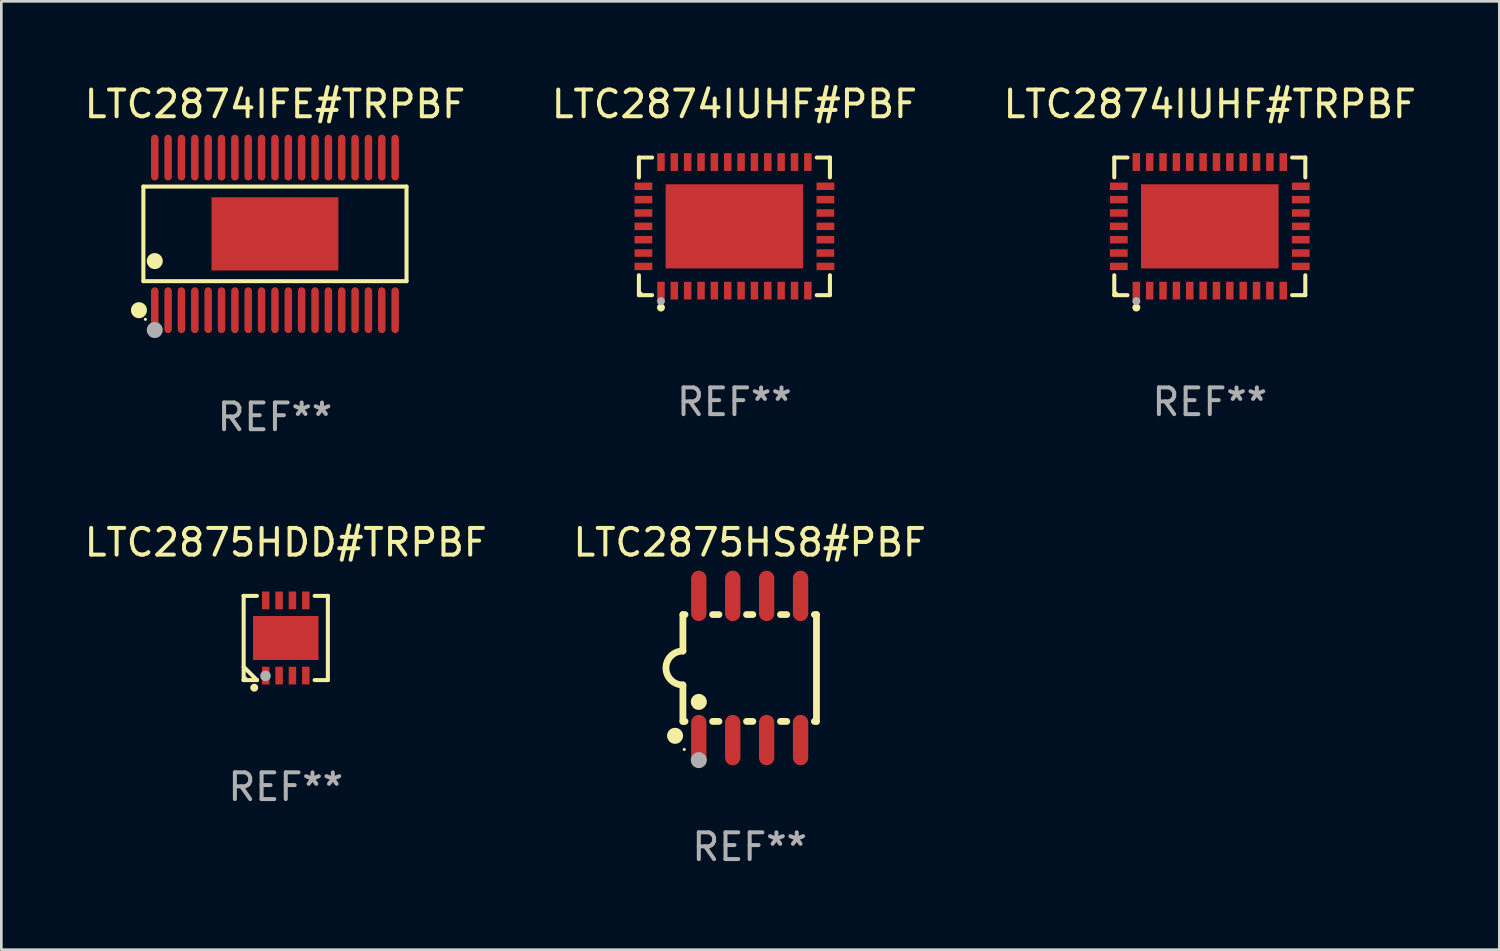
<source format=kicad_pcb>
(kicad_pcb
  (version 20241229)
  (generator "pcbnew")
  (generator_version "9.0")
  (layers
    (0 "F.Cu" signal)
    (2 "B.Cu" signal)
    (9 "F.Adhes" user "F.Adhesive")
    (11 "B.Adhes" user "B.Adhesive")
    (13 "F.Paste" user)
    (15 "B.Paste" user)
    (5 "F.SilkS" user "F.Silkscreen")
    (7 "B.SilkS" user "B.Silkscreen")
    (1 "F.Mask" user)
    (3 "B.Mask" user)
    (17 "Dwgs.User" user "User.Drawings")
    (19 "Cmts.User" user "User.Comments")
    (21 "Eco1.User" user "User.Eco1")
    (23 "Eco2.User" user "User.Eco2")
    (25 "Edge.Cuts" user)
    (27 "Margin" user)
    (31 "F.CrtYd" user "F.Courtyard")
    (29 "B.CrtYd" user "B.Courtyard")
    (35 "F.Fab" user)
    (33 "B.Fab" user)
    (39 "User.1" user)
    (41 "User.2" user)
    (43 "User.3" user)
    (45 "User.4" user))
  (footprint "LTC2874IUHF#TRPBF"
    (layer "F.Cu")
    (at 42.244 5.424)
    (property "Reference" "LTC2874IUHF#TRPBF" (at 0 -4.576 0) (layer "F.SilkS") (effects (font (size 1 1) (thickness 0.15))))
    (attr through_hole)
    (fp_line (start -3.576 -2.576) (end -3.081 -2.576) (stroke (width 0.152) (type solid)) (layer "F.SilkS"))
    (fp_line (start -3.576 -1.831) (end -3.576 -2.576) (stroke (width 0.152) (type solid)) (layer "F.SilkS"))
    (fp_line (start -3.576 1.831) (end -3.576 2.576) (stroke (width 0.152) (type solid)) (layer "F.SilkS"))
    (fp_line (start -3.576 2.576) (end -3.081 2.576) (stroke (width 0.152) (type solid)) (layer "F.SilkS"))
    (fp_line (start 3.576 -2.576) (end 3.081 -2.576) (stroke (width 0.152) (type solid)) (layer "F.SilkS"))
    (fp_line (start 3.576 -1.831) (end 3.576 -2.576) (stroke (width 0.152) (type solid)) (layer "F.SilkS"))
    (fp_line (start 3.576 1.831) (end 3.576 2.576) (stroke (width 0.152) (type solid)) (layer "F.SilkS"))
    (fp_line (start 3.576 2.576) (end 3.081 2.576) (stroke (width 0.152) (type solid)) (layer "F.SilkS"))
    (fp_circle (center -3.5 2.5) (end -3.47 2.5) (stroke (width 0.06) (type solid)) (fill no) (layer "F.SilkS"))
    (fp_circle (center -2.75 3.04) (end -2.675 3.04) (stroke (width 0.15) (type solid)) (fill no) (layer "F.SilkS"))
    (fp_circle (center -2.75 2.8) (end -2.675 2.8) (stroke (width 0.15) (type solid)) (fill no) (layer "F.Fab"))
    (fp_text user "REF**" (at 0 6.576 0) (layer "F.Fab") (effects (font (size 1 1) (thickness 0.15))))
    (pad "1" smd rect (at -2.75 2.407) (size 0.28 0.665) (layers "F.Cu" "F.Mask" "F.Paste"))
    (pad "2" smd rect (at -2.25 2.407) (size 0.28 0.665) (layers "F.Cu" "F.Mask" "F.Paste"))
    (pad "3" smd rect (at -1.75 2.407) (size 0.28 0.665) (layers "F.Cu" "F.Mask" "F.Paste"))
    (pad "4" smd rect (at -1.25 2.407) (size 0.28 0.665) (layers "F.Cu" "F.Mask" "F.Paste"))
    (pad "5" smd rect (at -0.75 2.407) (size 0.28 0.665) (layers "F.Cu" "F.Mask" "F.Paste"))
    (pad "6" smd rect (at -0.25 2.407) (size 0.28 0.665) (layers "F.Cu" "F.Mask" "F.Paste"))
    (pad "7" smd rect (at 0.25 2.407) (size 0.28 0.665) (layers "F.Cu" "F.Mask" "F.Paste"))
    (pad "8" smd rect (at 0.75 2.407) (size 0.28 0.665) (layers "F.Cu" "F.Mask" "F.Paste"))
    (pad "9" smd rect (at 1.25 2.407) (size 0.28 0.665) (layers "F.Cu" "F.Mask" "F.Paste"))
    (pad "10" smd rect (at 1.75 2.407) (size 0.28 0.665) (layers "F.Cu" "F.Mask" "F.Paste"))
    (pad "11" smd rect (at 2.25 2.407) (size 0.28 0.665) (layers "F.Cu" "F.Mask" "F.Paste"))
    (pad "12" smd rect (at 2.75 2.407) (size 0.28 0.665) (layers "F.Cu" "F.Mask" "F.Paste"))
    (pad "13" smd rect (at 3.407 1.5) (size 0.665 0.28) (layers "F.Cu" "F.Mask" "F.Paste"))
    (pad "14" smd rect (at 3.407 1) (size 0.665 0.28) (layers "F.Cu" "F.Mask" "F.Paste"))
    (pad "15" smd rect (at 3.407 0.5) (size 0.665 0.28) (layers "F.Cu" "F.Mask" "F.Paste"))
    (pad "16" smd rect (at 3.407 0) (size 0.665 0.28) (layers "F.Cu" "F.Mask" "F.Paste"))
    (pad "17" smd rect (at 3.407 -0.5) (size 0.665 0.28) (layers "F.Cu" "F.Mask" "F.Paste"))
    (pad "18" smd rect (at 3.407 -1) (size 0.665 0.28) (layers "F.Cu" "F.Mask" "F.Paste"))
    (pad "19" smd rect (at 3.407 -1.5) (size 0.665 0.28) (layers "F.Cu" "F.Mask" "F.Paste"))
    (pad "20" smd rect (at 2.75 -2.407) (size 0.28 0.665) (layers "F.Cu" "F.Mask" "F.Paste"))
    (pad "21" smd rect (at 2.25 -2.407) (size 0.28 0.665) (layers "F.Cu" "F.Mask" "F.Paste"))
    (pad "22" smd rect (at 1.75 -2.407) (size 0.28 0.665) (layers "F.Cu" "F.Mask" "F.Paste"))
    (pad "23" smd rect (at 1.25 -2.407) (size 0.28 0.665) (layers "F.Cu" "F.Mask" "F.Paste"))
    (pad "24" smd rect (at 0.75 -2.407) (size 0.28 0.665) (layers "F.Cu" "F.Mask" "F.Paste"))
    (pad "25" smd rect (at 0.25 -2.407) (size 0.28 0.665) (layers "F.Cu" "F.Mask" "F.Paste"))
    (pad "26" smd rect (at -0.25 -2.407) (size 0.28 0.665) (layers "F.Cu" "F.Mask" "F.Paste"))
    (pad "27" smd rect (at -0.75 -2.407) (size 0.28 0.665) (layers "F.Cu" "F.Mask" "F.Paste"))
    (pad "28" smd rect (at -1.25 -2.407) (size 0.28 0.665) (layers "F.Cu" "F.Mask" "F.Paste"))
    (pad "29" smd rect (at -1.75 -2.407) (size 0.28 0.665) (layers "F.Cu" "F.Mask" "F.Paste"))
    (pad "30" smd rect (at -2.25 -2.407) (size 0.28 0.665) (layers "F.Cu" "F.Mask" "F.Paste"))
    (pad "31" smd rect (at -2.75 -2.407) (size 0.28 0.665) (layers "F.Cu" "F.Mask" "F.Paste"))
    (pad "32" smd rect (at -3.407 -1.5) (size 0.665 0.28) (layers "F.Cu" "F.Mask" "F.Paste"))
    (pad "33" smd rect (at -3.407 -1) (size 0.665 0.28) (layers "F.Cu" "F.Mask" "F.Paste"))
    (pad "34" smd rect (at -3.407 -0.5) (size 0.665 0.28) (layers "F.Cu" "F.Mask" "F.Paste"))
    (pad "35" smd rect (at -3.407 0) (size 0.665 0.28) (layers "F.Cu" "F.Mask" "F.Paste"))
    (pad "36" smd rect (at -3.407 0.5) (size 0.665 0.28) (layers "F.Cu" "F.Mask" "F.Paste"))
    (pad "37" smd rect (at -3.407 1) (size 0.665 0.28) (layers "F.Cu" "F.Mask" "F.Paste"))
    (pad "38" smd rect (at -3.407 1.5) (size 0.665 0.28) (layers "F.Cu" "F.Mask" "F.Paste"))
    (pad "39" smd rect (at 0 0) (size 5.15 3.15) (layers "F.Cu" "F.Mask" "F.Paste")))
  (footprint "LTC2874IUHF#PBF"
    (layer "F.Cu")
    (at 24.446 5.424)
    (property "Reference" "LTC2874IUHF#PBF" (at 0 -4.576 0) (layer "F.SilkS") (effects (font (size 1 1) (thickness 0.15))))
    (attr through_hole)
    (fp_line (start -3.576 -2.576) (end -3.081 -2.576) (stroke (width 0.152) (type solid)) (layer "F.SilkS"))
    (fp_line (start -3.576 -1.831) (end -3.576 -2.576) (stroke (width 0.152) (type solid)) (layer "F.SilkS"))
    (fp_line (start -3.576 1.831) (end -3.576 2.576) (stroke (width 0.152) (type solid)) (layer "F.SilkS"))
    (fp_line (start -3.576 2.576) (end -3.081 2.576) (stroke (width 0.152) (type solid)) (layer "F.SilkS"))
    (fp_line (start 3.576 -2.576) (end 3.081 -2.576) (stroke (width 0.152) (type solid)) (layer "F.SilkS"))
    (fp_line (start 3.576 -1.831) (end 3.576 -2.576) (stroke (width 0.152) (type solid)) (layer "F.SilkS"))
    (fp_line (start 3.576 1.831) (end 3.576 2.576) (stroke (width 0.152) (type solid)) (layer "F.SilkS"))
    (fp_line (start 3.576 2.576) (end 3.081 2.576) (stroke (width 0.152) (type solid)) (layer "F.SilkS"))
    (fp_circle (center -3.5 2.5) (end -3.47 2.5) (stroke (width 0.06) (type solid)) (fill no) (layer "F.SilkS"))
    (fp_circle (center -2.75 3.04) (end -2.675 3.04) (stroke (width 0.15) (type solid)) (fill no) (layer "F.SilkS"))
    (fp_circle (center -2.75 2.8) (end -2.675 2.8) (stroke (width 0.15) (type solid)) (fill no) (layer "F.Fab"))
    (fp_text user "REF**" (at 0 6.576 0) (layer "F.Fab") (effects (font (size 1 1) (thickness 0.15))))
    (pad "1" smd rect (at -2.75 2.407) (size 0.28 0.665) (layers "F.Cu" "F.Mask" "F.Paste"))
    (pad "2" smd rect (at -2.25 2.407) (size 0.28 0.665) (layers "F.Cu" "F.Mask" "F.Paste"))
    (pad "3" smd rect (at -1.75 2.407) (size 0.28 0.665) (layers "F.Cu" "F.Mask" "F.Paste"))
    (pad "4" smd rect (at -1.25 2.407) (size 0.28 0.665) (layers "F.Cu" "F.Mask" "F.Paste"))
    (pad "5" smd rect (at -0.75 2.407) (size 0.28 0.665) (layers "F.Cu" "F.Mask" "F.Paste"))
    (pad "6" smd rect (at -0.25 2.407) (size 0.28 0.665) (layers "F.Cu" "F.Mask" "F.Paste"))
    (pad "7" smd rect (at 0.25 2.407) (size 0.28 0.665) (layers "F.Cu" "F.Mask" "F.Paste"))
    (pad "8" smd rect (at 0.75 2.407) (size 0.28 0.665) (layers "F.Cu" "F.Mask" "F.Paste"))
    (pad "9" smd rect (at 1.25 2.407) (size 0.28 0.665) (layers "F.Cu" "F.Mask" "F.Paste"))
    (pad "10" smd rect (at 1.75 2.407) (size 0.28 0.665) (layers "F.Cu" "F.Mask" "F.Paste"))
    (pad "11" smd rect (at 2.25 2.407) (size 0.28 0.665) (layers "F.Cu" "F.Mask" "F.Paste"))
    (pad "12" smd rect (at 2.75 2.407) (size 0.28 0.665) (layers "F.Cu" "F.Mask" "F.Paste"))
    (pad "13" smd rect (at 3.407 1.5) (size 0.665 0.28) (layers "F.Cu" "F.Mask" "F.Paste"))
    (pad "14" smd rect (at 3.407 1) (size 0.665 0.28) (layers "F.Cu" "F.Mask" "F.Paste"))
    (pad "15" smd rect (at 3.407 0.5) (size 0.665 0.28) (layers "F.Cu" "F.Mask" "F.Paste"))
    (pad "16" smd rect (at 3.407 0) (size 0.665 0.28) (layers "F.Cu" "F.Mask" "F.Paste"))
    (pad "17" smd rect (at 3.407 -0.5) (size 0.665 0.28) (layers "F.Cu" "F.Mask" "F.Paste"))
    (pad "18" smd rect (at 3.407 -1) (size 0.665 0.28) (layers "F.Cu" "F.Mask" "F.Paste"))
    (pad "19" smd rect (at 3.407 -1.5) (size 0.665 0.28) (layers "F.Cu" "F.Mask" "F.Paste"))
    (pad "20" smd rect (at 2.75 -2.407) (size 0.28 0.665) (layers "F.Cu" "F.Mask" "F.Paste"))
    (pad "21" smd rect (at 2.25 -2.407) (size 0.28 0.665) (layers "F.Cu" "F.Mask" "F.Paste"))
    (pad "22" smd rect (at 1.75 -2.407) (size 0.28 0.665) (layers "F.Cu" "F.Mask" "F.Paste"))
    (pad "23" smd rect (at 1.25 -2.407) (size 0.28 0.665) (layers "F.Cu" "F.Mask" "F.Paste"))
    (pad "24" smd rect (at 0.75 -2.407) (size 0.28 0.665) (layers "F.Cu" "F.Mask" "F.Paste"))
    (pad "25" smd rect (at 0.25 -2.407) (size 0.28 0.665) (layers "F.Cu" "F.Mask" "F.Paste"))
    (pad "26" smd rect (at -0.25 -2.407) (size 0.28 0.665) (layers "F.Cu" "F.Mask" "F.Paste"))
    (pad "27" smd rect (at -0.75 -2.407) (size 0.28 0.665) (layers "F.Cu" "F.Mask" "F.Paste"))
    (pad "28" smd rect (at -1.25 -2.407) (size 0.28 0.665) (layers "F.Cu" "F.Mask" "F.Paste"))
    (pad "29" smd rect (at -1.75 -2.407) (size 0.28 0.665) (layers "F.Cu" "F.Mask" "F.Paste"))
    (pad "30" smd rect (at -2.25 -2.407) (size 0.28 0.665) (layers "F.Cu" "F.Mask" "F.Paste"))
    (pad "31" smd rect (at -2.75 -2.407) (size 0.28 0.665) (layers "F.Cu" "F.Mask" "F.Paste"))
    (pad "32" smd rect (at -3.407 -1.5) (size 0.665 0.28) (layers "F.Cu" "F.Mask" "F.Paste"))
    (pad "33" smd rect (at -3.407 -1) (size 0.665 0.28) (layers "F.Cu" "F.Mask" "F.Paste"))
    (pad "34" smd rect (at -3.407 -0.5) (size 0.665 0.28) (layers "F.Cu" "F.Mask" "F.Paste"))
    (pad "35" smd rect (at -3.407 0) (size 0.665 0.28) (layers "F.Cu" "F.Mask" "F.Paste"))
    (pad "36" smd rect (at -3.407 0.5) (size 0.665 0.28) (layers "F.Cu" "F.Mask" "F.Paste"))
    (pad "37" smd rect (at -3.407 1) (size 0.665 0.28) (layers "F.Cu" "F.Mask" "F.Paste"))
    (pad "38" smd rect (at -3.407 1.5) (size 0.665 0.28) (layers "F.Cu" "F.Mask" "F.Paste"))
    (pad "39" smd rect (at 0 0) (size 5.15 3.15) (layers "F.Cu" "F.Mask" "F.Paste")))
  (footprint "LTC2874IFE#TRPBF"
    (layer "F.Cu")
    (at 7.244 5.706)
    (property "Reference" "LTC2874IFE#TRPBF" (at 0 -4.858 0) (layer "F.SilkS") (effects (font (size 1 1) (thickness 0.15))))
    (attr through_hole)
    (fp_line (start -4.926 -1.771) (end 4.926 -1.771) (stroke (width 0.152) (type solid)) (layer "F.SilkS"))
    (fp_line (start -4.926 1.771) (end -4.926 -1.771) (stroke (width 0.152) (type solid)) (layer "F.SilkS"))
    (fp_line (start 4.926 -1.771) (end 4.926 1.771) (stroke (width 0.152) (type solid)) (layer "F.SilkS"))
    (fp_line (start 4.926 1.771) (end -4.926 1.771) (stroke (width 0.152) (type solid)) (layer "F.SilkS"))
    (fp_circle (center -5.092 2.858) (end -4.942 2.858) (stroke (width 0.3) (type solid)) (fill no) (layer "F.SilkS"))
    (fp_circle (center -4.85 3.2) (end -4.82 3.2) (stroke (width 0.06) (type solid)) (fill no) (layer "F.SilkS"))
    (fp_circle (center -4.5 1.019) (end -4.35 1.019) (stroke (width 0.3) (type solid)) (fill no) (layer "F.SilkS"))
    (fp_circle (center -4.5 3.6) (end -4.35 3.6) (stroke (width 0.3) (type solid)) (fill no) (layer "F.Fab"))
    (fp_text user "REF**" (at 0 6.858 0) (layer "F.Fab") (effects (font (size 1 1) (thickness 0.15))))
    (pad "1" smd oval (at -4.5 2.858) (size 0.28 1.715) (layers "F.Cu" "F.Mask" "F.Paste"))
    (pad "2" smd oval (at -4 2.858) (size 0.28 1.715) (layers "F.Cu" "F.Mask" "F.Paste"))
    (pad "3" smd oval (at -3.5 2.858) (size 0.28 1.715) (layers "F.Cu" "F.Mask" "F.Paste"))
    (pad "4" smd oval (at -3 2.858) (size 0.28 1.715) (layers "F.Cu" "F.Mask" "F.Paste"))
    (pad "5" smd oval (at -2.5 2.858) (size 0.28 1.715) (layers "F.Cu" "F.Mask" "F.Paste"))
    (pad "6" smd oval (at -2 2.858) (size 0.28 1.715) (layers "F.Cu" "F.Mask" "F.Paste"))
    (pad "7" smd oval (at -1.5 2.858) (size 0.28 1.715) (layers "F.Cu" "F.Mask" "F.Paste"))
    (pad "8" smd oval (at -1 2.858) (size 0.28 1.715) (layers "F.Cu" "F.Mask" "F.Paste"))
    (pad "9" smd oval (at -0.5 2.858) (size 0.28 1.715) (layers "F.Cu" "F.Mask" "F.Paste"))
    (pad "10" smd oval (at 0 2.858) (size 0.28 1.715) (layers "F.Cu" "F.Mask" "F.Paste"))
    (pad "11" smd oval (at 0.5 2.858) (size 0.28 1.715) (layers "F.Cu" "F.Mask" "F.Paste"))
    (pad "12" smd oval (at 1 2.858) (size 0.28 1.715) (layers "F.Cu" "F.Mask" "F.Paste"))
    (pad "13" smd oval (at 1.5 2.858) (size 0.28 1.715) (layers "F.Cu" "F.Mask" "F.Paste"))
    (pad "14" smd oval (at 2 2.858) (size 0.28 1.715) (layers "F.Cu" "F.Mask" "F.Paste"))
    (pad "15" smd oval (at 2.5 2.858) (size 0.28 1.715) (layers "F.Cu" "F.Mask" "F.Paste"))
    (pad "16" smd oval (at 3 2.858) (size 0.28 1.715) (layers "F.Cu" "F.Mask" "F.Paste"))
    (pad "17" smd oval (at 3.5 2.858) (size 0.28 1.715) (layers "F.Cu" "F.Mask" "F.Paste"))
    (pad "18" smd oval (at 4 2.858) (size 0.28 1.715) (layers "F.Cu" "F.Mask" "F.Paste"))
    (pad "19" smd oval (at 4.5 2.858) (size 0.28 1.715) (layers "F.Cu" "F.Mask" "F.Paste"))
    (pad "20" smd oval (at 4.5 -2.858) (size 0.28 1.715) (layers "F.Cu" "F.Mask" "F.Paste"))
    (pad "21" smd oval (at 4 -2.858) (size 0.28 1.715) (layers "F.Cu" "F.Mask" "F.Paste"))
    (pad "22" smd oval (at 3.5 -2.858) (size 0.28 1.715) (layers "F.Cu" "F.Mask" "F.Paste"))
    (pad "23" smd oval (at 3 -2.858) (size 0.28 1.715) (layers "F.Cu" "F.Mask" "F.Paste"))
    (pad "24" smd oval (at 2.5 -2.858) (size 0.28 1.715) (layers "F.Cu" "F.Mask" "F.Paste"))
    (pad "25" smd oval (at 2 -2.858) (size 0.28 1.715) (layers "F.Cu" "F.Mask" "F.Paste"))
    (pad "26" smd oval (at 1.5 -2.858) (size 0.28 1.715) (layers "F.Cu" "F.Mask" "F.Paste"))
    (pad "27" smd oval (at 1 -2.858) (size 0.28 1.715) (layers "F.Cu" "F.Mask" "F.Paste"))
    (pad "28" smd oval (at 0.5 -2.858) (size 0.28 1.715) (layers "F.Cu" "F.Mask" "F.Paste"))
    (pad "29" smd oval (at 0 -2.858) (size 0.28 1.715) (layers "F.Cu" "F.Mask" "F.Paste"))
    (pad "30" smd oval (at -0.5 -2.858) (size 0.28 1.715) (layers "F.Cu" "F.Mask" "F.Paste"))
    (pad "31" smd oval (at -1 -2.858) (size 0.28 1.715) (layers "F.Cu" "F.Mask" "F.Paste"))
    (pad "32" smd oval (at -1.5 -2.858) (size 0.28 1.715) (layers "F.Cu" "F.Mask" "F.Paste"))
    (pad "33" smd oval (at -2 -2.858) (size 0.28 1.715) (layers "F.Cu" "F.Mask" "F.Paste"))
    (pad "34" smd oval (at -2.5 -2.858) (size 0.28 1.715) (layers "F.Cu" "F.Mask" "F.Paste"))
    (pad "35" smd oval (at -3 -2.858) (size 0.28 1.715) (layers "F.Cu" "F.Mask" "F.Paste"))
    (pad "36" smd oval (at -3.5 -2.858) (size 0.28 1.715) (layers "F.Cu" "F.Mask" "F.Paste"))
    (pad "37" smd oval (at -4 -2.858) (size 0.28 1.715) (layers "F.Cu" "F.Mask" "F.Paste"))
    (pad "38" smd oval (at -4.5 -2.858) (size 0.28 1.715) (layers "F.Cu" "F.Mask" "F.Paste"))
    (pad "39" smd rect (at 0.000254 0) (size 4.75 2.74) (layers "F.Cu" "F.Mask" "F.Paste")))
  (footprint "LTC2875HS8#PBF"
    (layer "F.Cu")
    (at 25.018 21.959)
    (property "Reference" "LTC2875HS8#PBF" (at 0 -4.699 0) (layer "F.SilkS") (effects (font (size 1 1) (thickness 0.15))))
    (attr through_hole)
    (fp_line (start -2.5 -2) (end -2.5 -0.635) (stroke (width 0.254) (type solid)) (layer "F.SilkS"))
    (fp_line (start -2.5 -2) (end -2.421 -2) (stroke (width 0.254) (type solid)) (layer "F.SilkS"))
    (fp_line (start -2.5 2) (end -2.5 0.635) (stroke (width 0.254) (type solid)) (layer "F.SilkS"))
    (fp_line (start -2.5 2) (end -2.421 2) (stroke (width 0.254) (type solid)) (layer "F.SilkS"))
    (fp_line (start -1.389 -2) (end -1.151 -2) (stroke (width 0.254) (type solid)) (layer "F.SilkS"))
    (fp_line (start -1.389 2) (end -1.151 2) (stroke (width 0.254) (type solid)) (layer "F.SilkS"))
    (fp_line (start -0.119 -2) (end 0.119 -2) (stroke (width 0.254) (type solid)) (layer "F.SilkS"))
    (fp_line (start -0.119 2) (end 0.119 2) (stroke (width 0.254) (type solid)) (layer "F.SilkS"))
    (fp_line (start 1.151 -2) (end 1.389 -2) (stroke (width 0.254) (type solid)) (layer "F.SilkS"))
    (fp_line (start 1.151 2) (end 1.389 2) (stroke (width 0.254) (type solid)) (layer "F.SilkS"))
    (fp_line (start 2.421 -2) (end 2.5 -2) (stroke (width 0.254) (type solid)) (layer "F.SilkS"))
    (fp_line (start 2.421 2) (end 2.5 2) (stroke (width 0.254) (type solid)) (layer "F.SilkS"))
    (fp_line (start 2.5 -2) (end 2.5 2) (stroke (width 0.254) (type solid)) (layer "F.SilkS"))
    (fp_arc (start -2.5 0.635001) (mid -3.134366 -0.000318) (end -2.499365 -0.635001) (stroke (width 0.254001) (type solid)) (layer "F.SilkS"))
    (fp_circle (center -2.794 2.54) (end -2.644 2.54) (stroke (width 0.3) (type solid)) (fill no) (layer "F.SilkS"))
    (fp_circle (center -2.45 3.05) (end -2.42 3.05) (stroke (width 0.06) (type solid)) (fill no) (layer "F.SilkS"))
    (fp_circle (center -1.905 1.27) (end -1.755 1.27) (stroke (width 0.3) (type solid)) (fill no) (layer "F.SilkS"))
    (fp_circle (center -1.905 3.45) (end -1.755 3.45) (stroke (width 0.3) (type solid)) (fill no) (layer "F.Fab"))
    (fp_text user "REF**" (at 0 6.699 0) (layer "F.Fab") (effects (font (size 1 1) (thickness 0.15))))
    (pad "1" smd oval (at -1.905 2.699) (size 0.574 1.888) (layers "F.Cu" "F.Mask" "F.Paste"))
    (pad "2" smd oval (at -0.635 2.699) (size 0.574 1.888) (layers "F.Cu" "F.Mask" "F.Paste"))
    (pad "3" smd oval (at 0.635 2.699) (size 0.574 1.888) (layers "F.Cu" "F.Mask" "F.Paste"))
    (pad "4" smd oval (at 1.905 2.699) (size 0.574 1.888) (layers "F.Cu" "F.Mask" "F.Paste"))
    (pad "5" smd oval (at 1.905 -2.699) (size 0.574 1.888) (layers "F.Cu" "F.Mask" "F.Paste"))
    (pad "6" smd oval (at 0.635 -2.699) (size 0.574 1.888) (layers "F.Cu" "F.Mask" "F.Paste"))
    (pad "7" smd oval (at -0.635 -2.699) (size 0.574 1.888) (layers "F.Cu" "F.Mask" "F.Paste"))
    (pad "8" smd oval (at -1.905 -2.699) (size 0.574 1.888) (layers "F.Cu" "F.Mask" "F.Paste")))
  (footprint "LTC2875HDD#TRPBF"
    (layer "F.Cu")
    (at 7.649 20.836)
    (property "Reference" "LTC2875HDD#TRPBF" (at 0 -3.576 0) (layer "F.SilkS") (effects (font (size 1 1) (thickness 0.15))))
    (attr through_hole)
    (fp_line (start -1.576 -1.576) (end -1.576 -1.576) (stroke (width 0.152) (type solid)) (layer "F.SilkS"))
    (fp_line (start -1.576 -1.576) (end -1.08 -1.576) (stroke (width 0.152) (type solid)) (layer "F.SilkS"))
    (fp_line (start -1.576 1.576) (end -1.576 -1.576) (stroke (width 0.152) (type solid)) (layer "F.SilkS"))
    (fp_line (start -1.576 1.576) (end -1.576 1.576) (stroke (width 0.152) (type solid)) (layer "F.SilkS"))
    (fp_line (start -1.08 1.575) (end -1.576 1.079) (stroke (width 0.152) (type solid)) (layer "F.SilkS"))
    (fp_line (start -1.08 1.576) (end -1.576 1.576) (stroke (width 0.152) (type solid)) (layer "F.SilkS"))
    (fp_line (start -1.08 1.576) (end -1.08 1.575) (stroke (width 0.152) (type solid)) (layer "F.SilkS"))
    (fp_line (start 1.08 1.576) (end 1.576 1.576) (stroke (width 0.152) (type solid)) (layer "F.SilkS"))
    (fp_line (start 1.576 -1.576) (end 1.08 -1.576) (stroke (width 0.152) (type solid)) (layer "F.SilkS"))
    (fp_line (start 1.576 -1.576) (end 1.576 -1.576) (stroke (width 0.152) (type solid)) (layer "F.SilkS"))
    (fp_line (start 1.576 1.576) (end 1.576 -1.576) (stroke (width 0.152) (type solid)) (layer "F.SilkS"))
    (fp_line (start 1.576 1.576) (end 1.576 1.576) (stroke (width 0.152) (type solid)) (layer "F.SilkS"))
    (fp_circle (center -1.5 1.5) (end -1.47 1.5) (stroke (width 0.06) (type solid)) (fill no) (layer "F.SilkS"))
    (fp_circle (center -1.18 1.86) (end -1.105 1.86) (stroke (width 0.15) (type solid)) (fill no) (layer "F.SilkS"))
    (fp_circle (center -0.76 1.42) (end -0.66 1.42) (stroke (width 0.2) (type solid)) (fill no) (layer "F.Fab"))
    (fp_text user "REF**" (at 0 5.576 0) (layer "F.Fab") (effects (font (size 1 1) (thickness 0.15))))
    (pad "1" smd rect (at -0.75 1.407) (size 0.28 0.665) (layers "F.Cu" "F.Mask" "F.Paste"))
    (pad "2" smd rect (at -0.25 1.407) (size 0.28 0.665) (layers "F.Cu" "F.Mask" "F.Paste"))
    (pad "3" smd rect (at 0.25 1.407) (size 0.28 0.665) (layers "F.Cu" "F.Mask" "F.Paste"))
    (pad "4" smd rect (at 0.75 1.407) (size 0.28 0.665) (layers "F.Cu" "F.Mask" "F.Paste"))
    (pad "5" smd rect (at 0.75 -1.407) (size 0.28 0.665) (layers "F.Cu" "F.Mask" "F.Paste"))
    (pad "6" smd rect (at 0.25 -1.407) (size 0.28 0.665) (layers "F.Cu" "F.Mask" "F.Paste"))
    (pad "7" smd rect (at -0.25 -1.407) (size 0.28 0.665) (layers "F.Cu" "F.Mask" "F.Paste"))
    (pad "8" smd rect (at -0.75 -1.407) (size 0.28 0.665) (layers "F.Cu" "F.Mask" "F.Paste"))
    (pad "9" smd rect (at 0 0) (size 2.45 1.65) (layers "F.Cu" "F.Mask" "F.Paste")))
  (gr_rect
    (start -3 -3)
    (end 53.083 32.506)
    (stroke (width 0.1) (type default))
    (fill no)
    (layer "Edge.Cuts")))
</source>
